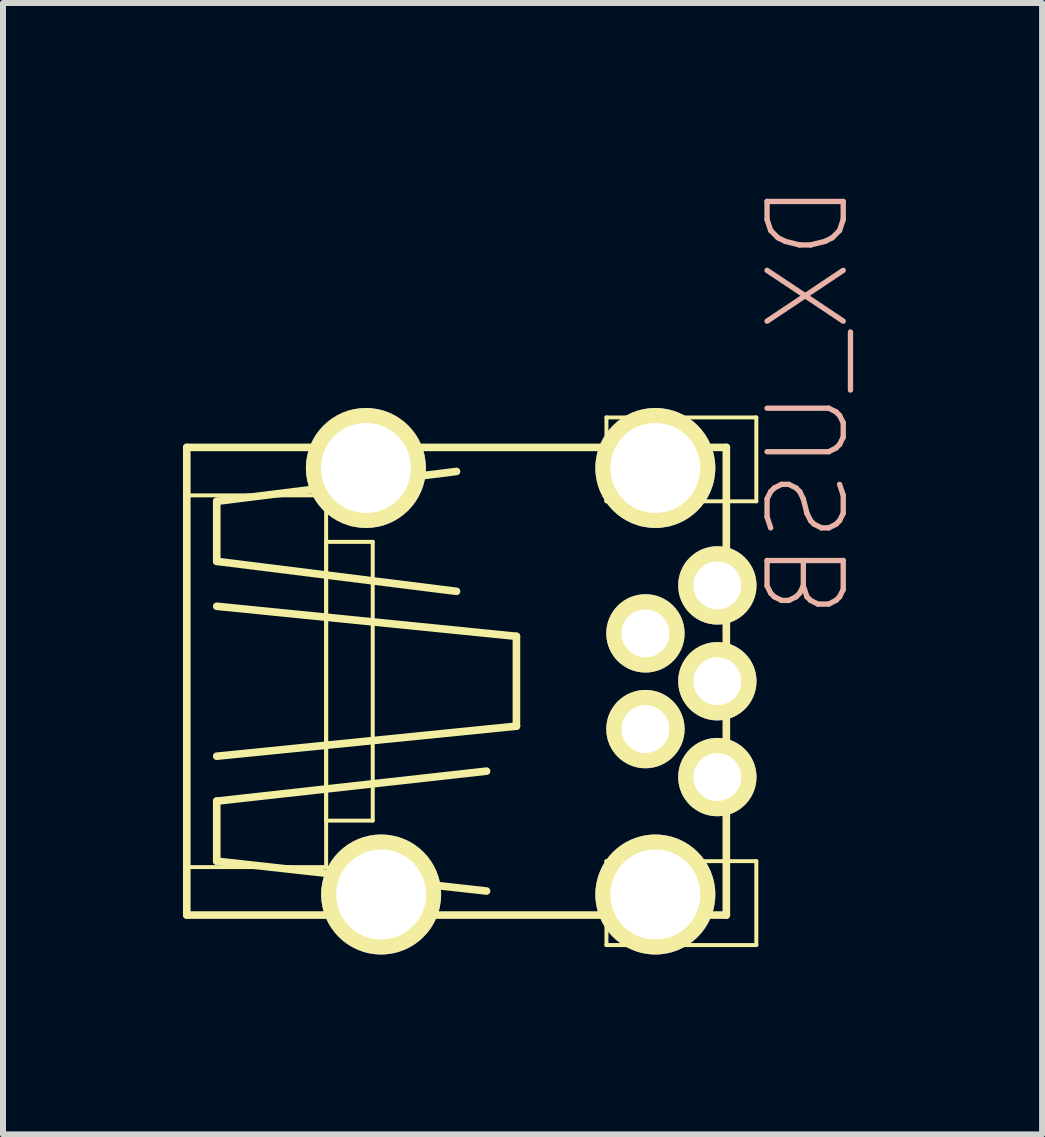
<source format=kicad_pcb>
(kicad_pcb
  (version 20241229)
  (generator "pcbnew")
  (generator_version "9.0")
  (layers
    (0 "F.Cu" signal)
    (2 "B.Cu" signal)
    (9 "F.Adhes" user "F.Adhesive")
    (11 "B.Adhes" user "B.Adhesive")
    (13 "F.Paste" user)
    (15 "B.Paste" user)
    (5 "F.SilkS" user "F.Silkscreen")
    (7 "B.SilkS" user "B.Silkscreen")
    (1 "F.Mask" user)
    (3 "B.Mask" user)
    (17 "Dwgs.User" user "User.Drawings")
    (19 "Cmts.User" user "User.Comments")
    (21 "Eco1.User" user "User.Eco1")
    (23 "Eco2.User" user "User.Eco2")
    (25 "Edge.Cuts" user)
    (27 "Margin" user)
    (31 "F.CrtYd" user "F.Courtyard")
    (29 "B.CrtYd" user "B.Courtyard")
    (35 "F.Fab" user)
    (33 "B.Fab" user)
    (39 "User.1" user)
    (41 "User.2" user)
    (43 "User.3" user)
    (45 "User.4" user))
  (footprint "DX_USB"
    (layer "F.Cu")
    (at 3.813 8.309)
    (property "Reference" "DX_USB" (at 6.614 -4.674 90) (layer "B.SilkS") (effects (font (size 1.27 1.27) (thickness 0.089)) (justify mirror)))
    (attr exclude_from_pos_files exclude_from_bom)
    (fp_line (start -3.749 -3.899) (end -3.749 3.899) (stroke (width 0.127) (type solid)) (layer "F.SilkS"))
    (fp_line (start -3.749 -3.899) (end 5.248 -3.899) (stroke (width 0.127) (type solid)) (layer "F.SilkS"))
    (fp_line (start -3.749 -3.099) (end -1.425 -3.099) (stroke (width 0.066) (type solid)) (layer "F.SilkS"))
    (fp_line (start -3.749 3.099) (end -3.749 -3.099) (stroke (width 0.066) (type solid)) (layer "F.SilkS"))
    (fp_line (start -3.749 3.099) (end -1.425 3.099) (stroke (width 0.066) (type solid)) (layer "F.SilkS"))
    (fp_line (start -3.749 3.899) (end 5.248 3.899) (stroke (width 0.127) (type solid)) (layer "F.SilkS"))
    (fp_line (start -3.249 -3) (end -3.249 -1.999) (stroke (width 0.127) (type solid)) (layer "F.SilkS"))
    (fp_line (start -3.249 -1.999) (end 0.749 -1.499) (stroke (width 0.127) (type solid)) (layer "F.SilkS"))
    (fp_line (start -3.249 -1.25) (end 1.748 -0.749) (stroke (width 0.127) (type solid)) (layer "F.SilkS"))
    (fp_line (start -3.249 1.999) (end 1.25 1.499) (stroke (width 0.127) (type solid)) (layer "F.SilkS"))
    (fp_line (start -3.249 3) (end -3.249 1.999) (stroke (width 0.127) (type solid)) (layer "F.SilkS"))
    (fp_line (start -1.425 -2.324) (end -0.648 -2.324) (stroke (width 0.066) (type solid)) (layer "F.SilkS"))
    (fp_line (start -1.425 2.324) (end -1.425 -2.324) (stroke (width 0.066) (type solid)) (layer "F.SilkS"))
    (fp_line (start -1.425 2.324) (end -0.648 2.324) (stroke (width 0.066) (type solid)) (layer "F.SilkS"))
    (fp_line (start -1.425 3.099) (end -1.425 -3.099) (stroke (width 0.066) (type solid)) (layer "F.SilkS"))
    (fp_line (start -0.648 2.324) (end -0.648 -2.324) (stroke (width 0.066) (type solid)) (layer "F.SilkS"))
    (fp_line (start 0.749 -3.498) (end -3.249 -3) (stroke (width 0.127) (type solid)) (layer "F.SilkS"))
    (fp_line (start 1.25 3.498) (end -3.249 3) (stroke (width 0.127) (type solid)) (layer "F.SilkS"))
    (fp_line (start 1.748 -0.749) (end 1.748 0.749) (stroke (width 0.127) (type solid)) (layer "F.SilkS"))
    (fp_line (start 1.748 0.749) (end -3.249 1.25) (stroke (width 0.127) (type solid)) (layer "F.SilkS"))
    (fp_line (start 3.249 -4.399) (end 5.748 -4.399) (stroke (width 0.066) (type solid)) (layer "F.SilkS"))
    (fp_line (start 3.249 -3) (end 3.249 -4.399) (stroke (width 0.066) (type solid)) (layer "F.SilkS"))
    (fp_line (start 3.249 -3) (end 5.748 -3) (stroke (width 0.066) (type solid)) (layer "F.SilkS"))
    (fp_line (start 3.249 3) (end 5.748 3) (stroke (width 0.066) (type solid)) (layer "F.SilkS"))
    (fp_line (start 3.249 4.399) (end 3.249 3) (stroke (width 0.066) (type solid)) (layer "F.SilkS"))
    (fp_line (start 3.249 4.399) (end 5.748 4.399) (stroke (width 0.066) (type solid)) (layer "F.SilkS"))
    (fp_line (start 5.248 -3.899) (end 5.248 3.899) (stroke (width 0.127) (type solid)) (layer "F.SilkS"))
    (fp_line (start 5.748 -3) (end 5.748 -4.399) (stroke (width 0.066) (type solid)) (layer "F.SilkS"))
    (fp_line (start 5.748 4.399) (end 5.748 3) (stroke (width 0.066) (type solid)) (layer "F.SilkS"))
    (pad "1" thru_hole circle (at 5.098 -1.598) (size 1.306 1.306) (drill 0.798) (layers "*.Cu" "F.Mask" "F.SilkS" "F.Paste"))
    (pad "2" thru_hole circle (at 3.899 -0.798) (size 1.306 1.306) (drill 0.798) (layers "*.Cu" "F.Mask" "F.SilkS" "F.Paste"))
    (pad "3" thru_hole circle (at 5.098 0) (size 1.306 1.306) (drill 0.798) (layers "*.Cu" "F.Mask" "F.SilkS" "F.Paste"))
    (pad "4" thru_hole circle (at 3.899 0.798) (size 1.306 1.306) (drill 0.798) (layers "*.Cu" "F.Mask" "F.SilkS" "F.Paste"))
    (pad "5" thru_hole circle (at 5.098 1.598) (size 1.306 1.306) (drill 0.798) (layers "*.Cu" "F.Mask" "F.SilkS" "F.Paste"))
    (pad "P$6" thru_hole circle (at -0.508 3.556) (size 2 2) (drill 1.5) (layers "*.Cu" "F.Mask" "F.SilkS" "F.Paste"))
    (pad "P$7" thru_hole circle (at -0.762 -3.556) (size 2 2) (drill 1.5) (layers "*.Cu" "F.Mask" "F.SilkS" "F.Paste"))
    (pad "P$8" thru_hole circle (at 4.064 -3.556) (size 2 2) (drill 1.5) (layers "*.Cu" "F.Mask" "F.SilkS" "F.Paste"))
    (pad "P$9" thru_hole circle (at 4.064 3.556) (size 2 2) (drill 1.5) (layers "*.Cu" "F.Mask" "F.SilkS" "F.Paste")))
  (gr_rect
    (start -3 -3)
    (end 14.326 15.865)
    (stroke (width 0.1) (type default))
    (fill no)
    (layer "Edge.Cuts")))
</source>
